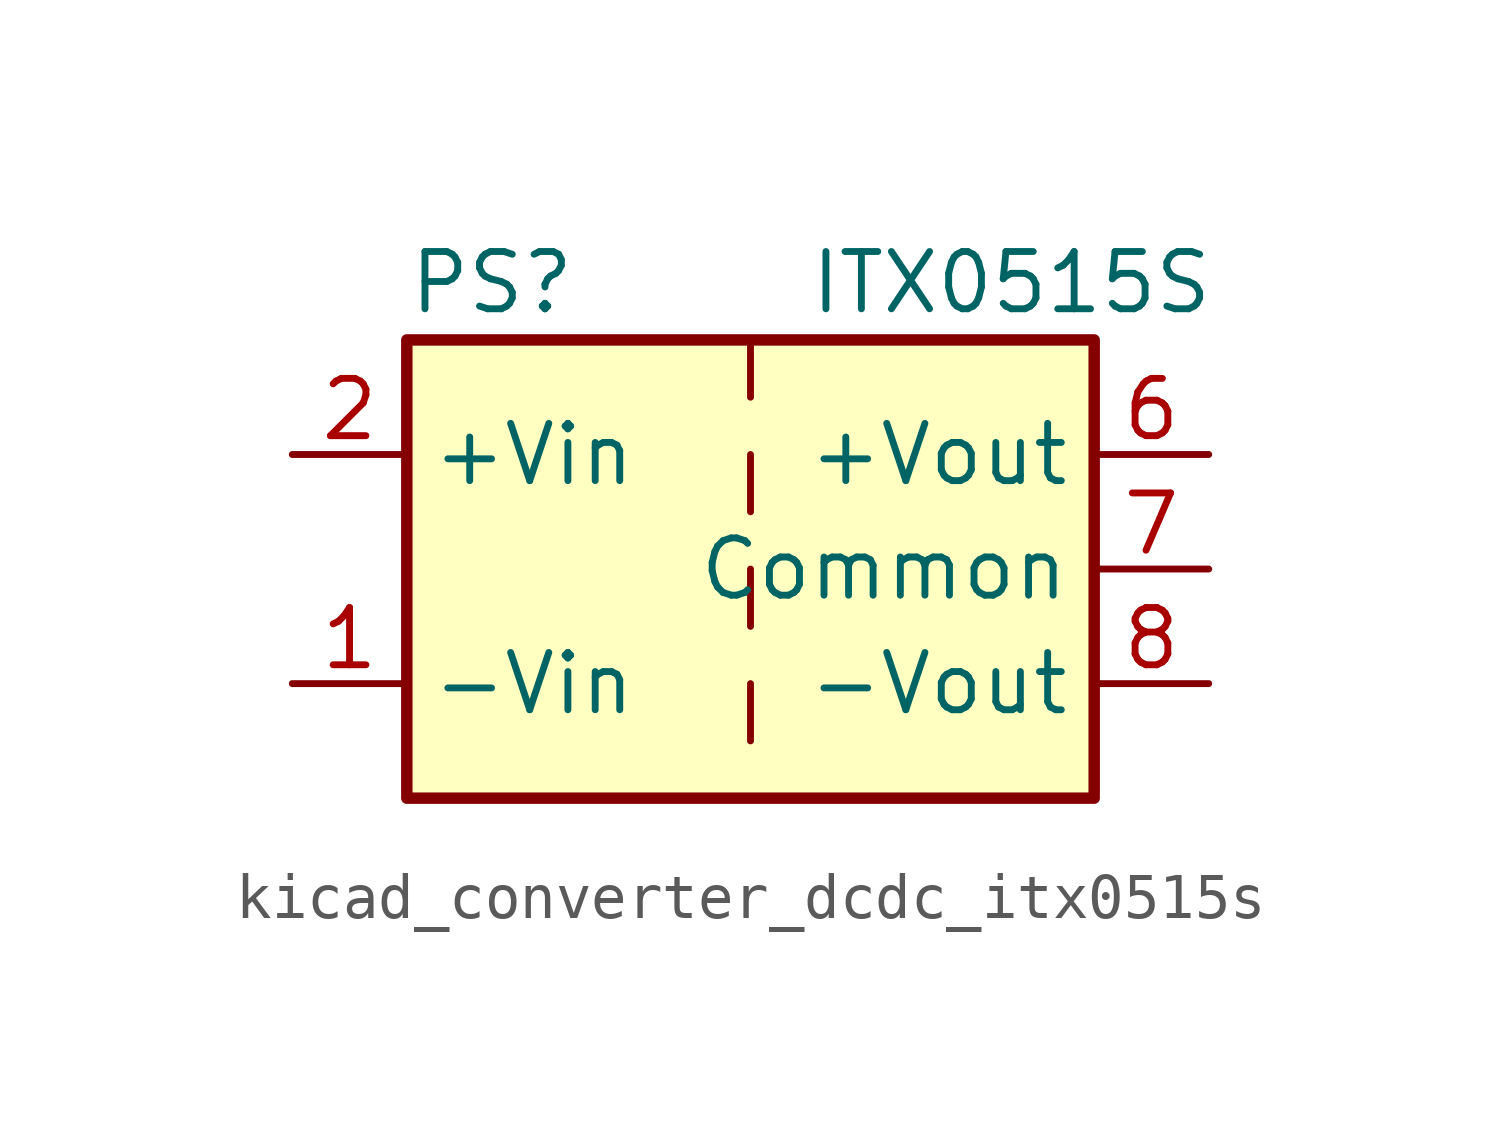
<source format=kicad_sym>
(kicad_symbol_lib
  (version 20220914)
  (generator kicad_symbol_editor)
  (symbol "kicad_converter_dcdc_itx0515s"
    (property "Reference" "PS"
      (at -7.62 6.35 0)
      (effects (font (size 1.27 1.27)) (justify left)))
    (property "Value" "ITX0515S"
      (at 1.27 6.35 0)
      (effects (font (size 1.27 1.27)) (justify left)))
    (symbol "kicad_converter_dcdc_itx0515s_0_0"
      (pin power_in line (at -10.16 -2.54 0) (length 2.54) (name "-Vin" (effects (font (size 1.27 1.27)))) (number "1" (effects (font (size 1.27 1.27)))))
      (pin power_in line (at -10.16 2.54 0) (length 2.54) (name "+Vin" (effects (font (size 1.27 1.27)))) (number "2" (effects (font (size 1.27 1.27)))))
      (pin no_connect line (at 0 -5.08 90) (length 2.54) hide (name "NC" (effects (font (size 1.27 1.27)))) (number "3" (effects (font (size 1.27 1.27)))))
      (pin no_connect line (at 0 5.08 270) (length 2.54) hide (name "NC" (effects (font (size 1.27 1.27)))) (number "5" (effects (font (size 1.27 1.27)))))
      (pin power_out line (at 10.16 2.54 180) (length 2.54) (name "+Vout" (effects (font (size 1.27 1.27)))) (number "6" (effects (font (size 1.27 1.27)))))
      (pin power_out line (at 10.16 0 180) (length 2.54) (name "Common" (effects (font (size 1.27 1.27)))) (number "7" (effects (font (size 1.27 1.27)))))
      (pin power_out line (at 10.16 -2.54 180) (length 2.54) (name "-Vout" (effects (font (size 1.27 1.27)))) (number "8" (effects (font (size 1.27 1.27))))))
    (symbol "kicad_converter_dcdc_itx0515s_0_1"
      (rectangle (start -7.62 5.08) (end 7.62 -5.08) (stroke (width 0.254) (type default)) (fill (type background)))
      (polyline (pts (xy 0 -2.54) (xy 0 -3.81)) (stroke (width 0) (type default)) (fill (type none)))
      (polyline (pts (xy 0 0) (xy 0 -1.27)) (stroke (width 0) (type default)) (fill (type none)))
      (polyline (pts (xy 0 2.54) (xy 0 1.27)) (stroke (width 0) (type default)) (fill (type none)))
      (polyline (pts (xy 0 5.08) (xy 0 3.81)) (stroke (width 0) (type default)) (fill (type none))))))
</source>
